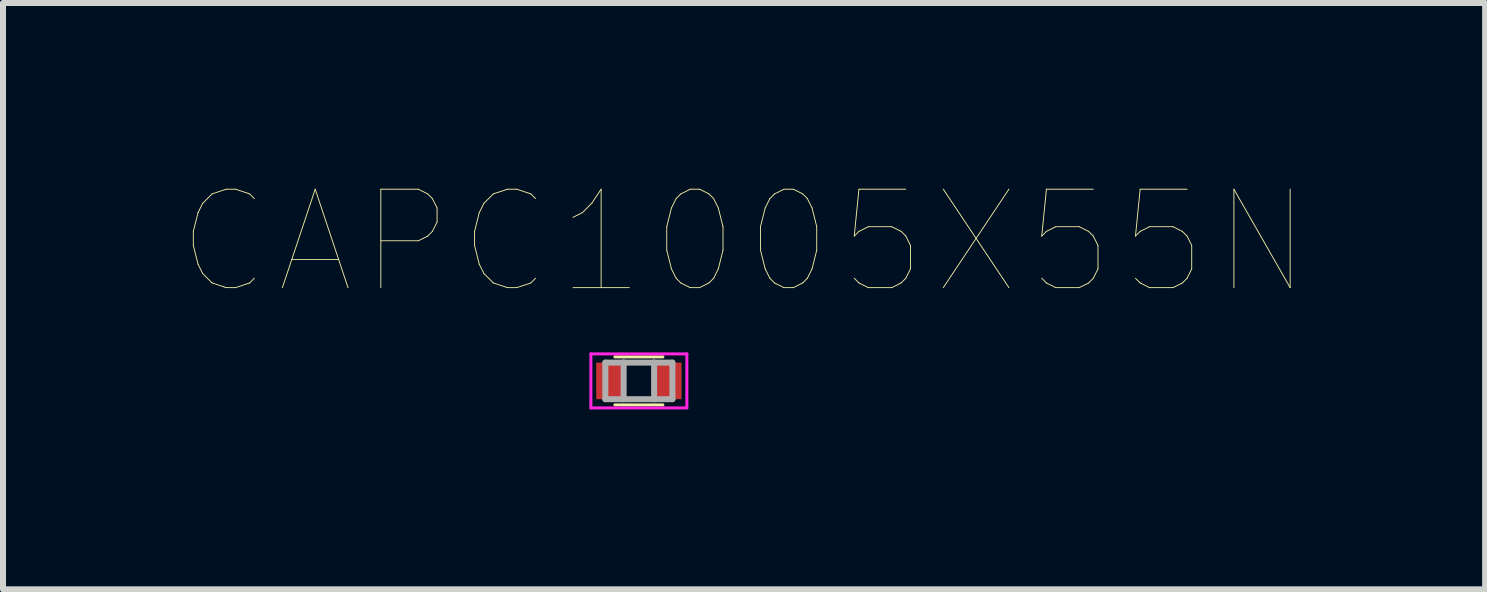
<source format=kicad_pcb>
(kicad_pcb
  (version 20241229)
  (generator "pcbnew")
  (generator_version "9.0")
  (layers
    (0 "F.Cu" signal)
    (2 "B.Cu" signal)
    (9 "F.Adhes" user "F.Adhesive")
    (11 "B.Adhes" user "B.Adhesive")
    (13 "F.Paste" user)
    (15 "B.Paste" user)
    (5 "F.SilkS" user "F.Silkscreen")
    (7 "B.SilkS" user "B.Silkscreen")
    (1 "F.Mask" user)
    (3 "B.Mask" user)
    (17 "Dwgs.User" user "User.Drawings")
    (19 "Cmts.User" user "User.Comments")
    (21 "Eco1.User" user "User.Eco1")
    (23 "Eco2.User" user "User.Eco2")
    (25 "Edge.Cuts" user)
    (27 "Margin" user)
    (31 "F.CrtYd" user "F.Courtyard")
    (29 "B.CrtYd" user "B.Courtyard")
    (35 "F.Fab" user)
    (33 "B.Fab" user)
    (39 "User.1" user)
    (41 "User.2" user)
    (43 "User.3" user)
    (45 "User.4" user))
  (footprint "CAPC1005X55N"
    (layer "F.Cu")
    (at 7.601 3.3)
    (property "Reference" "CAPC1005X55N" (at 1.754 -2.313 0) (layer "F.SilkS") (effects (font (size 1.641 1.641) (thickness 0.015))))
    (attr through_hole)
    (fp_line (start -0.4 -0.4) (end 0.4 -0.4) (stroke (width 0.05) (type solid)) (layer "F.SilkS"))
    (fp_line (start 0.4 0.4) (end -0.4 0.4) (stroke (width 0.05) (type solid)) (layer "F.SilkS"))
    (fp_line (start -0.8 -0.45) (end -0.8 0.45) (stroke (width 0.05) (type solid)) (layer "F.CrtYd"))
    (fp_line (start -0.8 0.45) (end 0.8 0.45) (stroke (width 0.05) (type solid)) (layer "F.CrtYd"))
    (fp_line (start 0.8 -0.45) (end -0.8 -0.45) (stroke (width 0.05) (type solid)) (layer "F.CrtYd"))
    (fp_line (start 0.8 0.45) (end 0.8 -0.45) (stroke (width 0.05) (type solid)) (layer "F.CrtYd"))
    (fp_line (start -0.559 -0.305) (end -0.559 0.305) (stroke (width 0.1) (type solid)) (layer "F.Fab"))
    (fp_line (start -0.559 0.305) (end -0.254 0.305) (stroke (width 0.1) (type solid)) (layer "F.Fab"))
    (fp_line (start -0.254 -0.305) (end -0.559 -0.305) (stroke (width 0.1) (type solid)) (layer "F.Fab"))
    (fp_line (start -0.254 0.305) (end -0.254 -0.305) (stroke (width 0.1) (type solid)) (layer "F.Fab"))
    (fp_line (start -0.254 0.305) (end 0.254 0.305) (stroke (width 0.1) (type solid)) (layer "F.Fab"))
    (fp_line (start 0.254 -0.305) (end -0.254 -0.305) (stroke (width 0.1) (type solid)) (layer "F.Fab"))
    (fp_line (start 0.254 -0.305) (end 0.254 0.305) (stroke (width 0.1) (type solid)) (layer "F.Fab"))
    (fp_line (start 0.254 0.305) (end 0.559 0.305) (stroke (width 0.1) (type solid)) (layer "F.Fab"))
    (fp_line (start 0.559 -0.305) (end 0.254 -0.305) (stroke (width 0.1) (type solid)) (layer "F.Fab"))
    (fp_line (start 0.559 0.305) (end 0.559 -0.305) (stroke (width 0.1) (type solid)) (layer "F.Fab"))
    (pad "1" smd rect (at -0.483 0) (size 0.457 0.61) (layers "F.Cu" "F.Mask" "F.Paste"))
    (pad "2" smd rect (at 0.483 0) (size 0.457 0.61) (layers "F.Cu" "F.Mask" "F.Paste")))
  (gr_rect
    (start -3 -3)
    (end 21.709 6.775)
    (stroke (width 0.1) (type default))
    (fill no)
    (layer "Edge.Cuts")))
</source>
